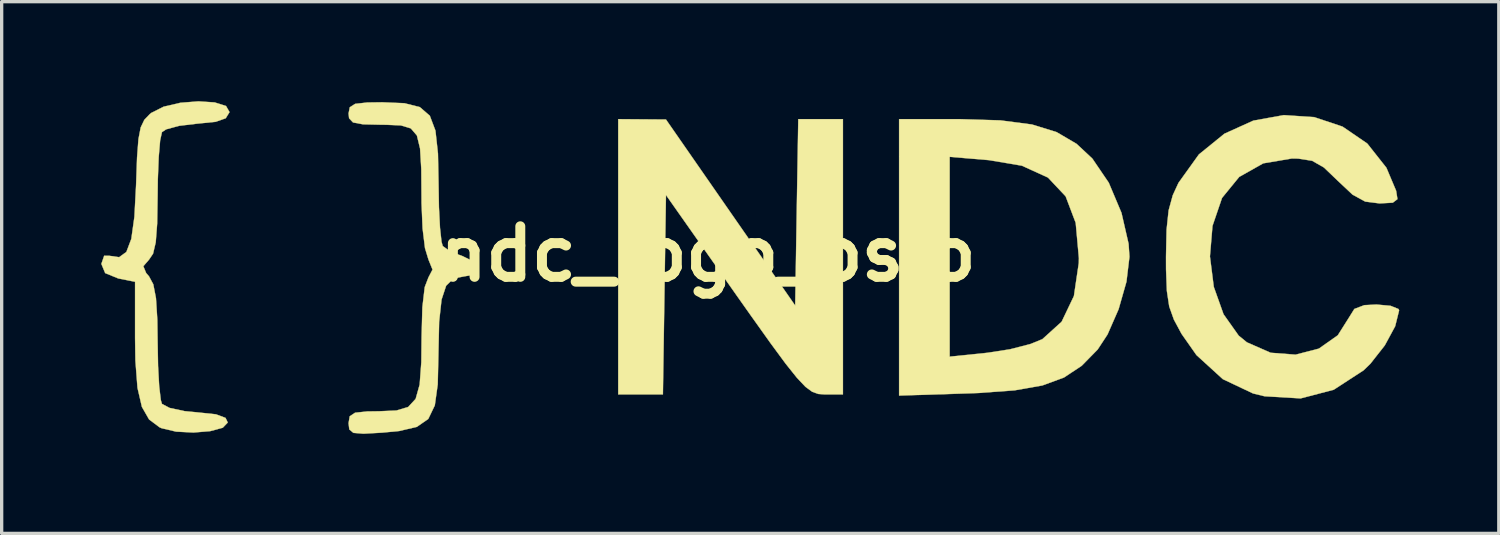
<source format=kicad_pcb>
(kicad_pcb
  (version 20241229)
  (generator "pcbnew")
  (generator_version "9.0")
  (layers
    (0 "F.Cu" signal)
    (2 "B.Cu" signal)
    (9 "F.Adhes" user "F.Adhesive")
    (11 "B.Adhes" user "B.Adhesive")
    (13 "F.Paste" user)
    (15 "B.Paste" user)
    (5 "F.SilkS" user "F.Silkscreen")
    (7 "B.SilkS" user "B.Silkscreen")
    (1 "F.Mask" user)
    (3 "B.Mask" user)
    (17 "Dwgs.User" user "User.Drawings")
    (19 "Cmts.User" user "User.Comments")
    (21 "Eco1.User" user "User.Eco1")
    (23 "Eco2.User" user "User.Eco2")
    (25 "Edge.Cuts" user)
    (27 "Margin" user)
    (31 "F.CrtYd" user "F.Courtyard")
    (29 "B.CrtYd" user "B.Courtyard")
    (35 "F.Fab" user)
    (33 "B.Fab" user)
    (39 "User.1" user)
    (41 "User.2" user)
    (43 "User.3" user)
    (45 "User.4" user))
  (footprint "ndc_logo_oslo"
    (layer "F.Cu")
    (at 18.293 4.605)
    (property "Reference" "ndc_logo_oslo" (at 0 0 0) (layer "F.SilkS") (effects (font (size 1.524 1.524) (thickness 0.3))))
    (attr through_hole)
    (fp_poly (pts (xy 4.064 4.233) (xy 3.512 4.233) (xy 3.321 4.219) (xy 3.139 4.154) (xy 2.935 4.004) (xy 2.679 3.734) (xy 2.34 3.31) (xy 1.889 2.698) (xy 1.293 1.862) (xy 0.845 1.228) (xy -1.27 -1.778) (xy -1.316 1.228) (xy -1.362 4.233) (xy -2.709 4.233) (xy -2.709 -4.064) (xy -1.27 -4.053) (xy 0.677 -1.249) (xy 2.625 1.555) (xy 2.671 -1.254) (xy 2.718 -4.064) (xy 4.064 -4.064) (xy 4.064 4.233)) (stroke (width 0.01) (type solid)) (fill yes) (layer "F.SilkS"))
    (fp_poly (pts (xy 8.809 -4.027) (xy 9.76 -3.903) (xy 10.504 -3.673) (xy 11.107 -3.319) (xy 11.582 -2.875) (xy 12.077 -2.147) (xy 12.46 -1.239) (xy 12.674 -0.307) (xy 12.7 0.085) (xy 12.61 0.835) (xy 12.373 1.665) (xy 12.04 2.425) (xy 11.743 2.878) (xy 11.262 3.369) (xy 10.728 3.723) (xy 10.075 3.963) (xy 9.235 4.111) (xy 8.141 4.191) (xy 7.832 4.202) (xy 5.757 4.268) (xy 5.757 3.095) (xy 7.281 3.095) (xy 8.424 2.978) (xy 9.099 2.873) (xy 9.71 2.716) (xy 10.075 2.568) (xy 10.656 2.042) (xy 11.026 1.268) (xy 11.173 0.273) (xy 11.176 0.122) (xy 11.08 -0.938) (xy 10.777 -1.737) (xy 10.244 -2.303) (xy 9.458 -2.661) (xy 8.469 -2.828) (xy 7.281 -2.928) (xy 7.281 3.095) (xy 5.757 3.095) (xy 5.757 -4.064) (xy 7.59 -4.064) (xy 8.809 -4.027)) (stroke (width 0.01) (type solid)) (fill yes) (layer "F.SilkS"))
    (fp_poly (pts (xy 18.269 -4.124) (xy 19.124 -3.838) (xy 19.868 -3.329) (xy 20.445 -2.599) (xy 20.738 -1.905) (xy 20.778 -1.653) (xy 20.638 -1.546) (xy 20.241 -1.524) (xy 20.24 -1.524) (xy 19.807 -1.579) (xy 19.424 -1.789) (xy 18.985 -2.201) (xy 18.561 -2.607) (xy 18.207 -2.809) (xy 17.784 -2.875) (xy 17.595 -2.878) (xy 16.733 -2.732) (xy 16.008 -2.323) (xy 15.496 -1.696) (xy 15.488 -1.682) (xy 15.203 -0.846) (xy 15.126 0.074) (xy 15.242 0.992) (xy 15.536 1.817) (xy 15.992 2.461) (xy 16.239 2.663) (xy 16.957 2.978) (xy 17.707 3.035) (xy 18.409 2.853) (xy 18.98 2.451) (xy 19.312 1.925) (xy 19.479 1.657) (xy 19.779 1.543) (xy 20.146 1.524) (xy 20.572 1.563) (xy 20.81 1.659) (xy 20.828 1.699) (xy 20.709 2.179) (xy 20.397 2.755) (xy 19.964 3.306) (xy 19.757 3.507) (xy 18.857 4.092) (xy 17.86 4.353) (xy 16.774 4.289) (xy 16.425 4.204) (xy 15.515 3.773) (xy 14.72 3.048) (xy 14.27 2.407) (xy 14.04 1.979) (xy 13.899 1.583) (xy 13.828 1.114) (xy 13.803 0.462) (xy 13.802 0.085) (xy 13.819 -0.731) (xy 13.881 -1.314) (xy 14.006 -1.77) (xy 14.178 -2.143) (xy 14.793 -3) (xy 15.563 -3.625) (xy 16.434 -4.019) (xy 17.354 -4.185) (xy 18.269 -4.124)) (stroke (width 0.01) (type solid)) (fill yes) (layer "F.SilkS"))
    (fp_poly (pts (xy -14.873 -4.568) (xy -14.53 -4.46) (xy -14.425 -4.276) (xy -14.539 -4.091) (xy -14.842 -3.984) (xy -15.407 -3.927) (xy -15.944 -3.863) (xy -16.337 -3.756) (xy -16.461 -3.673) (xy -16.516 -3.426) (xy -16.559 -2.924) (xy -16.586 -2.248) (xy -16.592 -1.756) (xy -16.606 -0.915) (xy -16.649 -0.352) (xy -16.73 -0.008) (xy -16.853 0.173) (xy -17.023 0.369) (xy -16.939 0.573) (xy -16.853 0.673) (xy -16.723 0.914) (xy -16.642 1.332) (xy -16.601 1.985) (xy -16.592 2.638) (xy -16.579 3.374) (xy -16.545 3.99) (xy -16.496 4.403) (xy -16.461 4.519) (xy -16.232 4.64) (xy -15.78 4.737) (xy -15.406 4.773) (xy -14.834 4.833) (xy -14.545 4.941) (xy -14.478 5.08) (xy -14.628 5.237) (xy -15.008 5.34) (xy -15.512 5.382) (xy -16.035 5.355) (xy -16.471 5.252) (xy -16.533 5.225) (xy -16.849 4.988) (xy -17.066 4.609) (xy -17.199 4.036) (xy -17.262 3.214) (xy -17.272 2.528) (xy -17.272 0.838) (xy -17.78 0.737) (xy -18.173 0.576) (xy -18.288 0.299) (xy -18.203 0.054) (xy -18.05 0.055) (xy -17.752 0.097) (xy -17.534 -0.061) (xy -17.385 -0.455) (xy -17.292 -1.119) (xy -17.241 -2.085) (xy -17.241 -2.09) (xy -17.212 -2.909) (xy -17.17 -3.461) (xy -17.102 -3.815) (xy -16.993 -4.043) (xy -16.827 -4.216) (xy -16.788 -4.249) (xy -16.412 -4.439) (xy -15.906 -4.557) (xy -15.362 -4.6) (xy -14.873 -4.568)) (stroke (width 0.01) (type solid)) (fill yes) (layer "F.SilkS"))
    (fp_poly (pts (xy -9.154 -4.544) (xy -8.688 -4.426) (xy -8.388 -4.167) (xy -8.218 -3.717) (xy -8.142 -3.025) (xy -8.125 -2.159) (xy -8.113 -1.413) (xy -8.081 -0.789) (xy -8.035 -0.367) (xy -7.998 -0.238) (xy -7.753 -0.063) (xy -7.408 0.062) (xy -7.054 0.234) (xy -6.948 0.456) (xy -7.098 0.632) (xy -7.36 0.677) (xy -7.676 0.74) (xy -7.896 0.957) (xy -8.034 1.375) (xy -8.107 2.039) (xy -8.128 2.994) (xy -8.128 3.011) (xy -8.149 3.928) (xy -8.237 4.563) (xy -8.434 4.972) (xy -8.778 5.211) (xy -9.31 5.336) (xy -9.828 5.386) (xy -10.389 5.417) (xy -10.692 5.392) (xy -10.815 5.288) (xy -10.837 5.1) (xy -10.802 4.893) (xy -10.641 4.785) (xy -10.273 4.746) (xy -9.912 4.741) (xy -9.394 4.718) (xy -9.039 4.611) (xy -8.815 4.368) (xy -8.694 3.937) (xy -8.644 3.263) (xy -8.636 2.5) (xy -8.612 1.606) (xy -8.541 0.999) (xy -8.429 0.707) (xy -8.306 0.471) (xy -8.429 0.167) (xy -8.533 -0.175) (xy -8.606 -0.772) (xy -8.638 -1.541) (xy -8.638 -1.649) (xy -8.645 -2.557) (xy -8.682 -3.179) (xy -8.777 -3.571) (xy -8.96 -3.785) (xy -9.258 -3.875) (xy -9.702 -3.894) (xy -9.841 -3.895) (xy -10.402 -3.908) (xy -10.702 -3.964) (xy -10.821 -4.09) (xy -10.837 -4.233) (xy -10.8 -4.422) (xy -10.637 -4.525) (xy -10.271 -4.566) (xy -9.821 -4.572) (xy -9.154 -4.544)) (stroke (width 0.01) (type solid)) (fill yes) (layer "F.SilkS")))
  (gr_rect
    (start -3 -3)
    (end 42.126 13.028)
    (stroke (width 0.1) (type default))
    (fill no)
    (layer "Edge.Cuts")))
</source>
